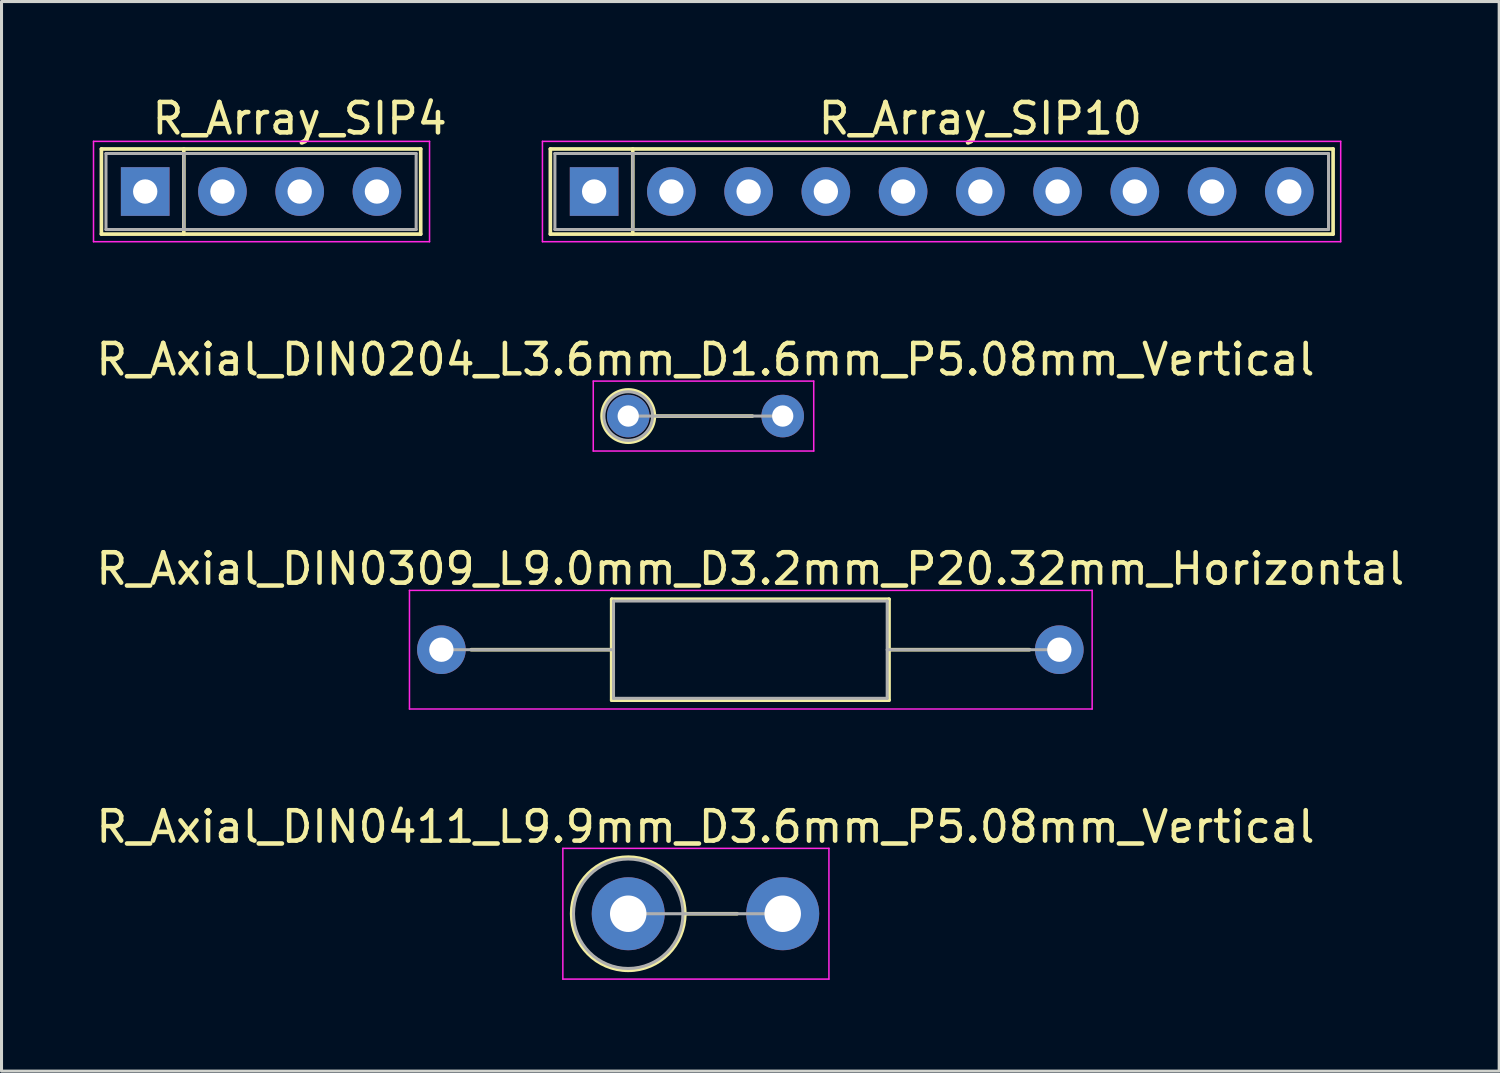
<source format=kicad_pcb>
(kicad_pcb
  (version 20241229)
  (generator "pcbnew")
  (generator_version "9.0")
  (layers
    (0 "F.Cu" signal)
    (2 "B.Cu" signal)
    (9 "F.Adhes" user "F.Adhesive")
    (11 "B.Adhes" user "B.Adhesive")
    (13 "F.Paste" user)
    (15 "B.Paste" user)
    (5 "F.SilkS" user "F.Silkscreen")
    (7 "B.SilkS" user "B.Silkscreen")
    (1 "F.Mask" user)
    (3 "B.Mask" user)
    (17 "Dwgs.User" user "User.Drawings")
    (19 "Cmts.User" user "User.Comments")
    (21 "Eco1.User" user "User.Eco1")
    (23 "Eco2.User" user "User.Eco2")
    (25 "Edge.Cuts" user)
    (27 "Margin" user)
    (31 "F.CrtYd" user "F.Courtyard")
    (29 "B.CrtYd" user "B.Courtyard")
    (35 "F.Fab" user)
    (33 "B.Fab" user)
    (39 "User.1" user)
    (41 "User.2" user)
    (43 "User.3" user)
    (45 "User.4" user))
  (footprint "R_Axial_DIN0411_L9.9mm_D3.6mm_P5.08mm_Vertical"
    (layer "F.Cu")
    (at 17.609 26.998)
    (property "Reference" "R_Axial_DIN0411_L9.9mm_D3.6mm_P5.08mm_Vertical" (at 2.54 -2.86 0) (layer "F.SilkS") (effects (font (size 1 1) (thickness 0.15))))
    (attr through_hole)
    (fp_line (start 1.86 0) (end 3.58 0) (stroke (width 0.12) (type solid)) (layer "F.SilkS"))
    (fp_circle (center 0 0) (end 1.86 0) (stroke (width 0.12) (type solid)) (fill no) (layer "F.SilkS"))
    (fp_line (start -2.15 -2.15) (end -2.15 2.15) (stroke (width 0.05) (type solid)) (layer "F.CrtYd"))
    (fp_line (start -2.15 2.15) (end 6.6 2.15) (stroke (width 0.05) (type solid)) (layer "F.CrtYd"))
    (fp_line (start 6.6 -2.15) (end -2.15 -2.15) (stroke (width 0.05) (type solid)) (layer "F.CrtYd"))
    (fp_line (start 6.6 2.15) (end 6.6 -2.15) (stroke (width 0.05) (type solid)) (layer "F.CrtYd"))
    (fp_line (start 0 0) (end 5.08 0) (stroke (width 0.1) (type solid)) (layer "F.Fab"))
    (fp_circle (center 0 0) (end 1.8 0) (stroke (width 0.1) (type solid)) (fill no) (layer "F.Fab"))
    (pad "1" thru_hole circle (at 0 0) (size 2.4 2.4) (drill 1.2) (layers "*.Cu" "*.Mask"))
    (pad "2" thru_hole oval (at 5.08 0) (size 2.4 2.4) (drill 1.2) (layers "*.Cu" "*.Mask")))
  (footprint "R_Axial_DIN0309_L9.0mm_D3.2mm_P20.32mm_Horizontal"
    (layer "F.Cu")
    (at 11.465 18.315)
    (property "Reference" "R_Axial_DIN0309_L9.0mm_D3.2mm_P20.32mm_Horizontal" (at 10.16 -2.66 0) (layer "F.SilkS") (effects (font (size 1 1) (thickness 0.15))))
    (attr through_hole)
    (fp_line (start 0.98 0) (end 5.6 0) (stroke (width 0.12) (type solid)) (layer "F.SilkS"))
    (fp_line (start 5.6 -1.66) (end 5.6 1.66) (stroke (width 0.12) (type solid)) (layer "F.SilkS"))
    (fp_line (start 5.6 1.66) (end 14.72 1.66) (stroke (width 0.12) (type solid)) (layer "F.SilkS"))
    (fp_line (start 14.72 -1.66) (end 5.6 -1.66) (stroke (width 0.12) (type solid)) (layer "F.SilkS"))
    (fp_line (start 14.72 1.66) (end 14.72 -1.66) (stroke (width 0.12) (type solid)) (layer "F.SilkS"))
    (fp_line (start 19.34 0) (end 14.72 0) (stroke (width 0.12) (type solid)) (layer "F.SilkS"))
    (fp_line (start -1.05 -1.95) (end -1.05 1.95) (stroke (width 0.05) (type solid)) (layer "F.CrtYd"))
    (fp_line (start -1.05 1.95) (end 21.4 1.95) (stroke (width 0.05) (type solid)) (layer "F.CrtYd"))
    (fp_line (start 21.4 -1.95) (end -1.05 -1.95) (stroke (width 0.05) (type solid)) (layer "F.CrtYd"))
    (fp_line (start 21.4 1.95) (end 21.4 -1.95) (stroke (width 0.05) (type solid)) (layer "F.CrtYd"))
    (fp_line (start 0 0) (end 5.66 0) (stroke (width 0.1) (type solid)) (layer "F.Fab"))
    (fp_line (start 5.66 -1.6) (end 5.66 1.6) (stroke (width 0.1) (type solid)) (layer "F.Fab"))
    (fp_line (start 5.66 1.6) (end 14.66 1.6) (stroke (width 0.1) (type solid)) (layer "F.Fab"))
    (fp_line (start 14.66 -1.6) (end 5.66 -1.6) (stroke (width 0.1) (type solid)) (layer "F.Fab"))
    (fp_line (start 14.66 1.6) (end 14.66 -1.6) (stroke (width 0.1) (type solid)) (layer "F.Fab"))
    (fp_line (start 20.32 0) (end 14.66 0) (stroke (width 0.1) (type solid)) (layer "F.Fab"))
    (pad "1" thru_hole circle (at 0 0) (size 1.6 1.6) (drill 0.8) (layers "*.Cu" "*.Mask"))
    (pad "2" thru_hole oval (at 20.32 0) (size 1.6 1.6) (drill 0.8) (layers "*.Cu" "*.Mask")))
  (footprint "R_Array_SIP4"
    (layer "F.Cu")
    (at 1.725 3.248)
    (property "Reference" "R_Array_SIP4" (at 5.08 -2.4 0) (layer "F.SilkS") (effects (font (size 1 1) (thickness 0.15))))
    (attr through_hole)
    (fp_line (start -1.44 -1.4) (end -1.44 1.4) (stroke (width 0.12) (type solid)) (layer "F.SilkS"))
    (fp_line (start -1.44 1.4) (end 9.06 1.4) (stroke (width 0.12) (type solid)) (layer "F.SilkS"))
    (fp_line (start 1.27 -1.4) (end 1.27 1.4) (stroke (width 0.12) (type solid)) (layer "F.SilkS"))
    (fp_line (start 9.06 -1.4) (end -1.44 -1.4) (stroke (width 0.12) (type solid)) (layer "F.SilkS"))
    (fp_line (start 9.06 1.4) (end 9.06 -1.4) (stroke (width 0.12) (type solid)) (layer "F.SilkS"))
    (fp_line (start -1.7 -1.65) (end -1.7 1.65) (stroke (width 0.05) (type solid)) (layer "F.CrtYd"))
    (fp_line (start -1.7 1.65) (end 9.35 1.65) (stroke (width 0.05) (type solid)) (layer "F.CrtYd"))
    (fp_line (start 9.35 -1.65) (end -1.7 -1.65) (stroke (width 0.05) (type solid)) (layer "F.CrtYd"))
    (fp_line (start 9.35 1.65) (end 9.35 -1.65) (stroke (width 0.05) (type solid)) (layer "F.CrtYd"))
    (fp_line (start -1.29 -1.25) (end -1.29 1.25) (stroke (width 0.1) (type solid)) (layer "F.Fab"))
    (fp_line (start -1.29 1.25) (end 8.91 1.25) (stroke (width 0.1) (type solid)) (layer "F.Fab"))
    (fp_line (start 1.27 -1.25) (end 1.27 1.25) (stroke (width 0.1) (type solid)) (layer "F.Fab"))
    (fp_line (start 8.91 -1.25) (end -1.29 -1.25) (stroke (width 0.1) (type solid)) (layer "F.Fab"))
    (fp_line (start 8.91 1.25) (end 8.91 -1.25) (stroke (width 0.1) (type solid)) (layer "F.Fab"))
    (pad "1" thru_hole rect (at 0 0) (size 1.6 1.6) (drill 0.8) (layers "*.Cu" "*.Mask"))
    (pad "2" thru_hole oval (at 2.54 0) (size 1.6 1.6) (drill 0.8) (layers "*.Cu" "*.Mask"))
    (pad "3" thru_hole oval (at 5.08 0) (size 1.6 1.6) (drill 0.8) (layers "*.Cu" "*.Mask"))
    (pad "4" thru_hole oval (at 7.62 0) (size 1.6 1.6) (drill 0.8) (layers "*.Cu" "*.Mask")))
  (footprint "R_Axial_DIN0204_L3.6mm_D1.6mm_P5.08mm_Vertical"
    (layer "F.Cu")
    (at 17.609 10.632)
    (property "Reference" "R_Axial_DIN0204_L3.6mm_D1.6mm_P5.08mm_Vertical" (at 2.54 -1.86 0) (layer "F.SilkS") (effects (font (size 1 1) (thickness 0.15))))
    (attr through_hole)
    (fp_line (start 0.86 0) (end 4.08 0) (stroke (width 0.12) (type solid)) (layer "F.SilkS"))
    (fp_circle (center 0 0) (end 0.86 0) (stroke (width 0.12) (type solid)) (fill no) (layer "F.SilkS"))
    (fp_line (start -1.15 -1.15) (end -1.15 1.15) (stroke (width 0.05) (type solid)) (layer "F.CrtYd"))
    (fp_line (start -1.15 1.15) (end 6.1 1.15) (stroke (width 0.05) (type solid)) (layer "F.CrtYd"))
    (fp_line (start 6.1 -1.15) (end -1.15 -1.15) (stroke (width 0.05) (type solid)) (layer "F.CrtYd"))
    (fp_line (start 6.1 1.15) (end 6.1 -1.15) (stroke (width 0.05) (type solid)) (layer "F.CrtYd"))
    (fp_line (start 0 0) (end 5.08 0) (stroke (width 0.1) (type solid)) (layer "F.Fab"))
    (fp_circle (center 0 0) (end 0.8 0) (stroke (width 0.1) (type solid)) (fill no) (layer "F.Fab"))
    (pad "1" thru_hole circle (at 0 0) (size 1.4 1.4) (drill 0.7) (layers "*.Cu" "*.Mask"))
    (pad "2" thru_hole oval (at 5.08 0) (size 1.4 1.4) (drill 0.7) (layers "*.Cu" "*.Mask")))
  (footprint "R_Array_SIP10"
    (layer "F.Cu")
    (at 16.488 3.248)
    (property "Reference" "R_Array_SIP10" (at 12.7 -2.4 0) (layer "F.SilkS") (effects (font (size 1 1) (thickness 0.15))))
    (attr through_hole)
    (fp_line (start -1.44 -1.4) (end -1.44 1.4) (stroke (width 0.12) (type solid)) (layer "F.SilkS"))
    (fp_line (start -1.44 1.4) (end 24.3 1.4) (stroke (width 0.12) (type solid)) (layer "F.SilkS"))
    (fp_line (start 1.27 -1.4) (end 1.27 1.4) (stroke (width 0.12) (type solid)) (layer "F.SilkS"))
    (fp_line (start 24.3 -1.4) (end -1.44 -1.4) (stroke (width 0.12) (type solid)) (layer "F.SilkS"))
    (fp_line (start 24.3 1.4) (end 24.3 -1.4) (stroke (width 0.12) (type solid)) (layer "F.SilkS"))
    (fp_line (start -1.7 -1.65) (end -1.7 1.65) (stroke (width 0.05) (type solid)) (layer "F.CrtYd"))
    (fp_line (start -1.7 1.65) (end 24.55 1.65) (stroke (width 0.05) (type solid)) (layer "F.CrtYd"))
    (fp_line (start 24.55 -1.65) (end -1.7 -1.65) (stroke (width 0.05) (type solid)) (layer "F.CrtYd"))
    (fp_line (start 24.55 1.65) (end 24.55 -1.65) (stroke (width 0.05) (type solid)) (layer "F.CrtYd"))
    (fp_line (start -1.29 -1.25) (end -1.29 1.25) (stroke (width 0.1) (type solid)) (layer "F.Fab"))
    (fp_line (start -1.29 1.25) (end 24.15 1.25) (stroke (width 0.1) (type solid)) (layer "F.Fab"))
    (fp_line (start 1.27 -1.25) (end 1.27 1.25) (stroke (width 0.1) (type solid)) (layer "F.Fab"))
    (fp_line (start 24.15 -1.25) (end -1.29 -1.25) (stroke (width 0.1) (type solid)) (layer "F.Fab"))
    (fp_line (start 24.15 1.25) (end 24.15 -1.25) (stroke (width 0.1) (type solid)) (layer "F.Fab"))
    (pad "1" thru_hole rect (at 0 0) (size 1.6 1.6) (drill 0.8) (layers "*.Cu" "*.Mask"))
    (pad "2" thru_hole oval (at 2.54 0) (size 1.6 1.6) (drill 0.8) (layers "*.Cu" "*.Mask"))
    (pad "3" thru_hole oval (at 5.08 0) (size 1.6 1.6) (drill 0.8) (layers "*.Cu" "*.Mask"))
    (pad "4" thru_hole oval (at 7.62 0) (size 1.6 1.6) (drill 0.8) (layers "*.Cu" "*.Mask"))
    (pad "5" thru_hole oval (at 10.16 0) (size 1.6 1.6) (drill 0.8) (layers "*.Cu" "*.Mask"))
    (pad "6" thru_hole oval (at 12.7 0) (size 1.6 1.6) (drill 0.8) (layers "*.Cu" "*.Mask"))
    (pad "7" thru_hole oval (at 15.24 0) (size 1.6 1.6) (drill 0.8) (layers "*.Cu" "*.Mask"))
    (pad "8" thru_hole oval (at 17.78 0) (size 1.6 1.6) (drill 0.8) (layers "*.Cu" "*.Mask"))
    (pad "9" thru_hole oval (at 20.32 0) (size 1.6 1.6) (drill 0.8) (layers "*.Cu" "*.Mask"))
    (pad "10" thru_hole oval (at 22.86 0) (size 1.6 1.6) (drill 0.8) (layers "*.Cu" "*.Mask")))
  (gr_rect
    (start -3 -3)
    (end 46.25 32.173)
    (stroke (width 0.1) (type default))
    (fill no)
    (layer "Edge.Cuts")))
</source>
